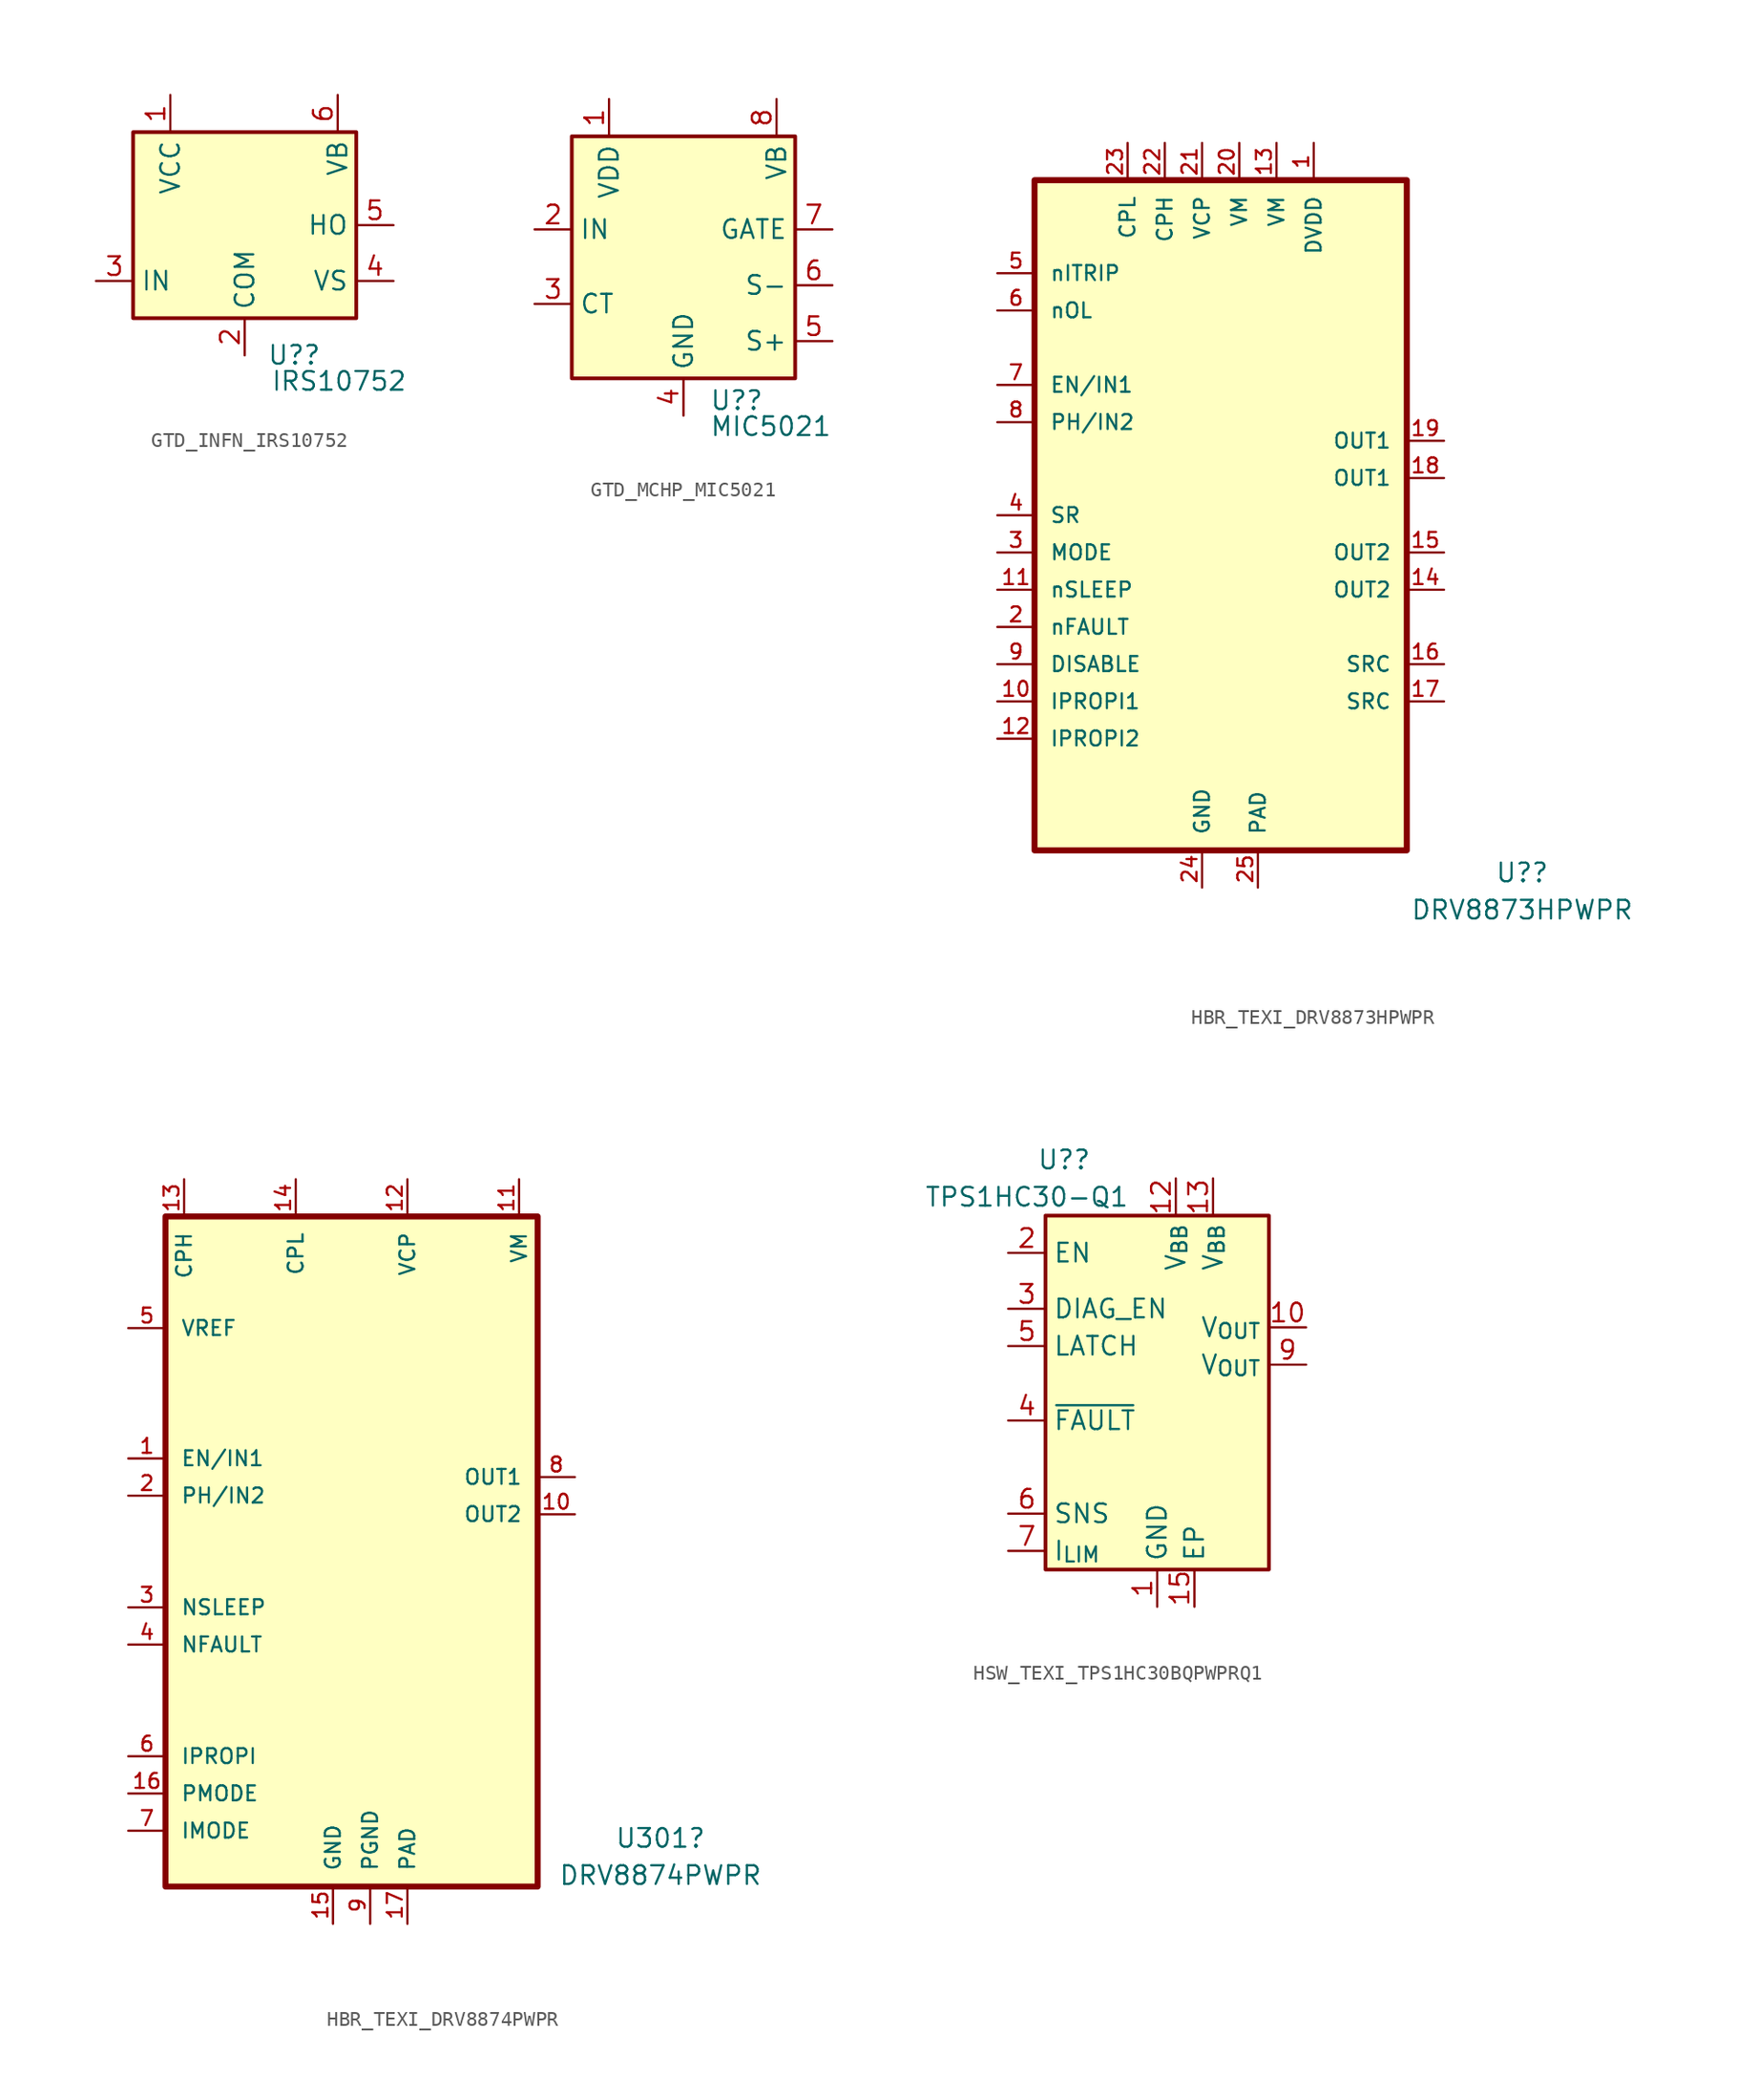
<source format=kicad_sym>
(kicad_symbol_lib
  (version 20231120)
  (generator "kicad_symbol_editor")
  (generator_version "8.0")
  (symbol "GTD_INFN_IRS10752"
    (property "Reference" "U?"
      (at 1.524 -8.128 0)
      (effects (font (size 1.27 1.27)) (justify left top)))
    (property "Value" "IRS10752"
      (at 1.778 -9.906 0)
      (effects (font (size 1.27 1.27)) (justify left top)))
    (symbol "GTD_INFN_IRS10752_1_1"
      (rectangle (start -7.62 6.35) (end 7.62 -6.35) (stroke (width 0.254) (type default)) (fill (type background)))
      (pin power_in line (at -5.08 8.89 270) (length 2.54) (name "VCC" (effects (font (size 1.27 1.27)))) (number "1" (effects (font (size 1.27 1.27)))))
      (pin power_in line (at 0 -8.89 90) (length 2.54) (name "COM" (effects (font (size 1.27 1.27)))) (number "2" (effects (font (size 1.27 1.27)))))
      (pin input line (at -10.16 -3.81 0) (length 2.54) (name "IN" (effects (font (size 1.27 1.27)))) (number "3" (effects (font (size 1.27 1.27)))))
      (pin output line (at 10.16 -3.81 180) (length 2.54) (name "VS" (effects (font (size 1.27 1.27)))) (number "4" (effects (font (size 1.27 1.27)))))
      (pin output line (at 10.16 0 180) (length 2.54) (name "HO" (effects (font (size 1.27 1.27)))) (number "5" (effects (font (size 1.27 1.27)))))
      (pin power_in line (at 6.35 8.89 270) (length 2.54) (name "VB" (effects (font (size 1.27 1.27)))) (number "6" (effects (font (size 1.27 1.27)))))))
  (symbol "GTD_MCHP_MIC5021"
    (property "Reference" "U?"
      (at 1.778 -8.382 0)
      (effects (font (size 1.27 1.27)) (justify left top)))
    (property "Value" "MIC5021"
      (at 1.778 -10.16 0)
      (effects (font (size 1.27 1.27)) (justify left top)))
    (symbol "GTD_MCHP_MIC5021_1_1"
      (rectangle (start -7.62 8.89) (end 7.62 -7.62) (stroke (width 0.254) (type default)) (fill (type background)))
      (pin power_in line (at -5.08 11.43 270) (length 2.54) (name "VDD" (effects (font (size 1.27 1.27)))) (number "1" (effects (font (size 1.27 1.27)))))
      (pin input line (at -10.16 2.54 0) (length 2.54) (name "IN" (effects (font (size 1.27 1.27)))) (number "2" (effects (font (size 1.27 1.27)))))
      (pin input line (at -10.16 -2.54 0) (length 2.54) (name "CT" (effects (font (size 1.27 1.27)))) (number "3" (effects (font (size 1.27 1.27)))))
      (pin power_in line (at 0 -10.16 90) (length 2.54) (name "GND" (effects (font (size 1.27 1.27)))) (number "4" (effects (font (size 1.27 1.27)))))
      (pin output line (at 10.16 -5.08 180) (length 2.54) (name "S+" (effects (font (size 1.27 1.27)))) (number "5" (effects (font (size 1.27 1.27)))))
      (pin output line (at 10.16 -1.27 180) (length 2.54) (name "S-" (effects (font (size 1.27 1.27)))) (number "6" (effects (font (size 1.27 1.27)))))
      (pin output line (at 10.16 2.54 180) (length 2.54) (name "GATE" (effects (font (size 1.27 1.27)))) (number "7" (effects (font (size 1.27 1.27)))))
      (pin power_in line (at 6.35 11.43 270) (length 2.54) (name "VB" (effects (font (size 1.27 1.27)))) (number "8" (effects (font (size 1.27 1.27)))))))
  (symbol "HBR_TEXI_DRV8873HPWPR"
    (pin_names
      (offset 1.016))
    (property "Reference" "U?"
      (at 20.574 -24.384 0)
      (effects (font (size 1.27 1.27))))
    (property "Value" "DRV8873HPWPR"
      (at 20.574 -26.924 0)
      (effects (font (size 1.27 1.27))))
    (symbol "HBR_TEXI_DRV8873HPWPR_0_0"
      (rectangle (start -12.7 22.86) (end 12.7 -22.86) (stroke (width 0.41) (type default)) (fill (type background))))
    (symbol "HBR_TEXI_DRV8873HPWPR_1_0"
      (pin power_in line (at 6.35 25.4 270) (length 2.54) (name "DVDD" (effects (font (size 1.016 1.016)))) (number "1" (effects (font (size 1.016 1.016)))))
      (pin output line (at -15.24 -12.7 0) (length 2.54) (name "IPROPI1" (effects (font (size 1.016 1.016)))) (number "10" (effects (font (size 1.016 1.016)))))
      (pin input line (at -15.24 -5.08 0) (length 2.54) (name "nSLEEP" (effects (font (size 1.016 1.016)))) (number "11" (effects (font (size 1.016 1.016)))))
      (pin output line (at -15.24 -15.24 0) (length 2.54) (name "IPROPI2" (effects (font (size 1.016 1.016)))) (number "12" (effects (font (size 1.016 1.016)))))
      (pin power_in line (at 3.81 25.4 270) (length 2.54) (name "VM" (effects (font (size 1.016 1.016)))) (number "13" (effects (font (size 1.016 1.016)))))
      (pin output line (at 15.24 -5.08 180) (length 2.54) (name "OUT2" (effects (font (size 1.016 1.016)))) (number "14" (effects (font (size 1.016 1.016)))))
      (pin output line (at 15.24 -2.54 180) (length 2.54) (name "OUT2" (effects (font (size 1.016 1.016)))) (number "15" (effects (font (size 1.016 1.016)))))
      (pin output line (at 15.24 -10.16 180) (length 2.54) (name "SRC" (effects (font (size 1.016 1.016)))) (number "16" (effects (font (size 1.016 1.016)))))
      (pin output line (at 15.24 -12.7 180) (length 2.54) (name "SRC" (effects (font (size 1.016 1.016)))) (number "17" (effects (font (size 1.016 1.016)))))
      (pin output line (at 15.24 2.54 180) (length 2.54) (name "OUT1" (effects (font (size 1.016 1.016)))) (number "18" (effects (font (size 1.016 1.016)))))
      (pin output line (at 15.24 5.08 180) (length 2.54) (name "OUT1" (effects (font (size 1.016 1.016)))) (number "19" (effects (font (size 1.016 1.016)))))
      (pin bidirectional line (at -15.24 -7.62 0) (length 2.54) (name "nFAULT" (effects (font (size 1.016 1.016)))) (number "2" (effects (font (size 1.016 1.016)))))
      (pin power_in line (at 1.27 25.4 270) (length 2.54) (name "VM" (effects (font (size 1.016 1.016)))) (number "20" (effects (font (size 1.016 1.016)))))
      (pin power_in line (at -1.27 25.4 270) (length 2.54) (name "VCP" (effects (font (size 1.016 1.016)))) (number "21" (effects (font (size 1.016 1.016)))))
      (pin power_in line (at -3.81 25.4 270) (length 2.54) (name "CPH" (effects (font (size 1.016 1.016)))) (number "22" (effects (font (size 1.016 1.016)))))
      (pin power_in line (at -6.35 25.4 270) (length 2.54) (name "CPL" (effects (font (size 1.016 1.016)))) (number "23" (effects (font (size 1.016 1.016)))))
      (pin power_in line (at -1.27 -25.4 90) (length 2.54) (name "GND" (effects (font (size 1.016 1.016)))) (number "24" (effects (font (size 1.016 1.016)))))
      (pin power_in line (at 2.54 -25.4 90) (length 2.54) (name "PAD" (effects (font (size 1.016 1.016)))) (number "25" (effects (font (size 1.016 1.016)))))
      (pin input line (at -15.24 -2.54 0) (length 2.54) (name "MODE" (effects (font (size 1.016 1.016)))) (number "3" (effects (font (size 1.016 1.016)))))
      (pin input line (at -15.24 0 0) (length 2.54) (name "SR" (effects (font (size 1.016 1.016)))) (number "4" (effects (font (size 1.016 1.016)))))
      (pin input line (at -15.24 16.51 0) (length 2.54) (name "nITRIP" (effects (font (size 1.016 1.016)))) (number "5" (effects (font (size 1.016 1.016)))))
      (pin input line (at -15.24 13.97 0) (length 2.54) (name "nOL" (effects (font (size 1.016 1.016)))) (number "6" (effects (font (size 1.016 1.016)))))
      (pin input line (at -15.24 8.89 0) (length 2.54) (name "EN/IN1" (effects (font (size 1.016 1.016)))) (number "7" (effects (font (size 1.016 1.016)))))
      (pin input line (at -15.24 6.35 0) (length 2.54) (name "PH/IN2" (effects (font (size 1.016 1.016)))) (number "8" (effects (font (size 1.016 1.016)))))
      (pin input line (at -15.24 -10.16 0) (length 2.54) (name "DISABLE" (effects (font (size 1.016 1.016)))) (number "9" (effects (font (size 1.016 1.016)))))))
  (symbol "HBR_TEXI_DRV8874PWPR"
    (pin_names
      (offset 1.016))
    (property "Reference" "U301"
      (at 21.082 -19.558 0)
      (effects (font (size 1.27 1.27))))
    (property "Value" "DRV8874PWPR"
      (at 21.082 -22.098 0)
      (effects (font (size 1.27 1.27))))
    (symbol "HBR_TEXI_DRV8874PWPR_0_0"
      (rectangle (start -12.7 22.86) (end 12.7 -22.86) (stroke (width 0.41) (type default)) (fill (type background)))
      (pin input line (at -15.24 6.35 0) (length 2.54) (name "EN/IN1" (effects (font (size 1.016 1.016)))) (number "1" (effects (font (size 1.016 1.016)))))
      (pin output line (at 15.24 2.54 180) (length 2.54) (name "OUT2" (effects (font (size 1.016 1.016)))) (number "10" (effects (font (size 1.016 1.016)))))
      (pin power_in line (at 11.43 25.4 270) (length 2.54) (name "VM" (effects (font (size 1.016 1.016)))) (number "11" (effects (font (size 1.016 1.016)))))
      (pin power_in line (at 3.81 25.4 270) (length 2.54) (name "VCP" (effects (font (size 1.016 1.016)))) (number "12" (effects (font (size 1.016 1.016)))))
      (pin power_in line (at -11.43 25.4 270) (length 2.54) (name "CPH" (effects (font (size 1.016 1.016)))) (number "13" (effects (font (size 1.016 1.016)))))
      (pin power_in line (at -3.81 25.4 270) (length 2.54) (name "CPL" (effects (font (size 1.016 1.016)))) (number "14" (effects (font (size 1.016 1.016)))))
      (pin power_in line (at -1.27 -25.4 90) (length 2.54) (name "GND" (effects (font (size 1.016 1.016)))) (number "15" (effects (font (size 1.016 1.016)))))
      (pin input line (at -15.24 -16.51 0) (length 2.54) (name "PMODE" (effects (font (size 1.016 1.016)))) (number "16" (effects (font (size 1.016 1.016)))))
      (pin input line (at -15.24 3.81 0) (length 2.54) (name "PH/IN2" (effects (font (size 1.016 1.016)))) (number "2" (effects (font (size 1.016 1.016)))))
      (pin input line (at -15.24 -3.81 0) (length 2.54) (name "NSLEEP" (effects (font (size 1.016 1.016)))) (number "3" (effects (font (size 1.016 1.016)))))
      (pin bidirectional line (at -15.24 -6.35 0) (length 2.54) (name "NFAULT" (effects (font (size 1.016 1.016)))) (number "4" (effects (font (size 1.016 1.016)))))
      (pin input line (at -15.24 15.24 0) (length 2.54) (name "VREF" (effects (font (size 1.016 1.016)))) (number "5" (effects (font (size 1.016 1.016)))))
      (pin output line (at -15.24 -13.97 0) (length 2.54) (name "IPROPI" (effects (font (size 1.016 1.016)))) (number "6" (effects (font (size 1.016 1.016)))))
      (pin input line (at -15.24 -19.05 0) (length 2.54) (name "IMODE" (effects (font (size 1.016 1.016)))) (number "7" (effects (font (size 1.016 1.016)))))
      (pin output line (at 15.24 5.08 180) (length 2.54) (name "OUT1" (effects (font (size 1.016 1.016)))) (number "8" (effects (font (size 1.016 1.016)))))
      (pin power_in line (at 1.27 -25.4 90) (length 2.54) (name "PGND" (effects (font (size 1.016 1.016)))) (number "9" (effects (font (size 1.016 1.016))))))
    (symbol "HBR_TEXI_DRV8874PWPR_1_0"
      (pin power_in line (at 3.81 -25.4 90) (length 2.54) (name "PAD" (effects (font (size 1.016 1.016)))) (number "17" (effects (font (size 1.016 1.016)))))))
  (symbol "HSW_TEXI_TPS1HC30BQPWPRQ1"
    (property "Reference" "U?"
      (at -6.35 16.51 0)
      (effects (font (size 1.27 1.27))))
    (property "Value" "TPS1HC30-Q1"
      (at -8.89 13.97 0)
      (effects (font (size 1.27 1.27))))
    (symbol "HSW_TEXI_TPS1HC30BQPWPRQ1_0_1"
      (rectangle (start -7.62 12.7) (end 7.62 -11.43) (stroke (width 0.254) (type default)) (fill (type background))))
    (symbol "HSW_TEXI_TPS1HC30BQPWPRQ1_1_0"
      (pin power_out line (at 10.16 5.08 180) (length 2.54) (name "V_{OUT}" (effects (font (size 1.27 1.27)))) (number "10" (effects (font (size 1.27 1.27)))))
      (pin no_connect line (at 10.16 -5.08 180) (length 2.54) hide (name "NC" (effects (font (size 1.27 1.27)))) (number "11" (effects (font (size 1.27 1.27)))))
      (pin power_in line (at 1.27 15.24 270) (length 2.54) (name "V_{BB}" (effects (font (size 1.27 1.27)))) (number "12" (effects (font (size 1.27 1.27)))))
      (pin power_in line (at 3.81 15.24 270) (length 2.54) (name "V_{BB}" (effects (font (size 1.27 1.27)))) (number "13" (effects (font (size 1.27 1.27)))))
      (pin no_connect line (at 10.16 -2.54 180) (length 2.54) hide (name "NC" (effects (font (size 1.27 1.27)))) (number "14" (effects (font (size 1.27 1.27)))))
      (pin power_in line (at 2.54 -13.97 90) (length 2.54) (name "EP" (effects (font (size 1.27 1.27)))) (number "15" (effects (font (size 1.27 1.27)))))
      (pin input line (at -10.16 10.16 0) (length 2.54) (name "EN" (effects (font (size 1.27 1.27)))) (number "2" (effects (font (size 1.27 1.27)))))
      (pin input line (at -10.16 6.35 0) (length 2.54) (name "DIAG_EN" (effects (font (size 1.27 1.27)))) (number "3" (effects (font (size 1.27 1.27)))))
      (pin open_collector line (at -10.16 -1.27 0) (length 2.54) (name "~{FAULT}" (effects (font (size 1.27 1.27)))) (number "4" (effects (font (size 1.27 1.27)))))
      (pin input line (at -10.16 3.81 0) (length 2.54) (name "LATCH" (effects (font (size 1.27 1.27)))) (number "5" (effects (font (size 1.27 1.27)))))
      (pin output line (at -10.16 -7.62 0) (length 2.54) (name "SNS" (effects (font (size 1.27 1.27)))) (number "6" (effects (font (size 1.27 1.27)))))
      (pin input line (at -10.16 -10.16 0) (length 2.54) (name "I_{LIM}" (effects (font (size 1.27 1.27)))) (number "7" (effects (font (size 1.27 1.27)))))
      (pin no_connect line (at 10.16 -7.62 180) (length 2.54) hide (name "NC" (effects (font (size 1.27 1.27)))) (number "8" (effects (font (size 1.27 1.27)))))
      (pin power_out line (at 10.16 2.54 180) (length 2.54) (name "V_{OUT}" (effects (font (size 1.27 1.27)))) (number "9" (effects (font (size 1.27 1.27))))))
    (symbol "HSW_TEXI_TPS1HC30BQPWPRQ1_1_1"
      (pin power_in line (at 0 -13.97 90) (length 2.54) (name "GND" (effects (font (size 1.27 1.27)))) (number "1" (effects (font (size 1.27 1.27))))))))
</source>
